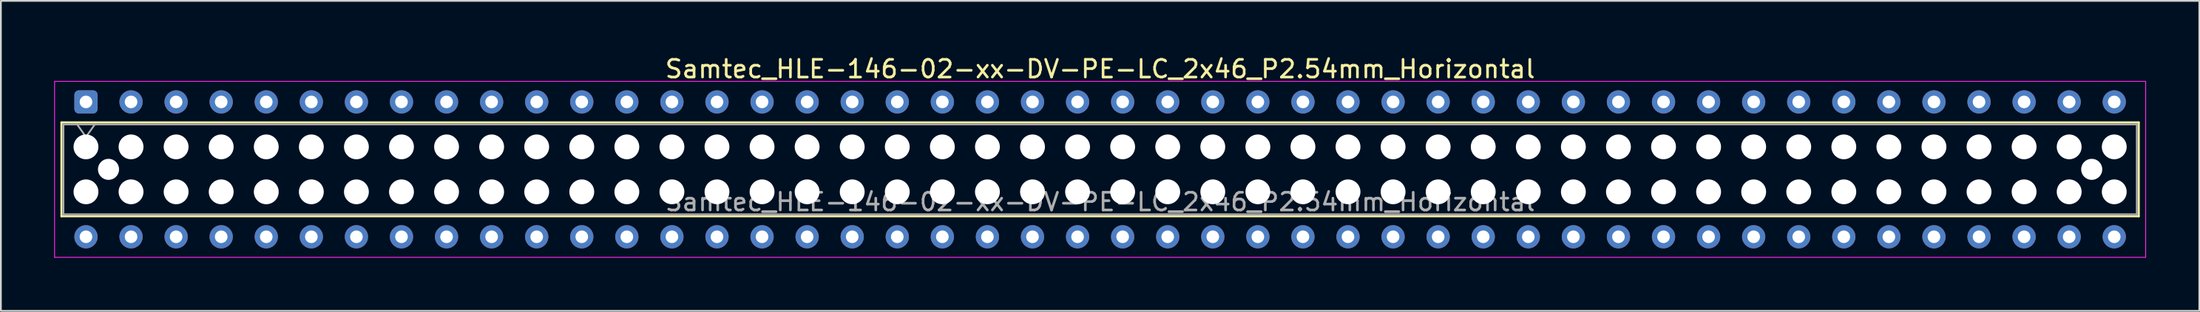
<source format=kicad_pcb>
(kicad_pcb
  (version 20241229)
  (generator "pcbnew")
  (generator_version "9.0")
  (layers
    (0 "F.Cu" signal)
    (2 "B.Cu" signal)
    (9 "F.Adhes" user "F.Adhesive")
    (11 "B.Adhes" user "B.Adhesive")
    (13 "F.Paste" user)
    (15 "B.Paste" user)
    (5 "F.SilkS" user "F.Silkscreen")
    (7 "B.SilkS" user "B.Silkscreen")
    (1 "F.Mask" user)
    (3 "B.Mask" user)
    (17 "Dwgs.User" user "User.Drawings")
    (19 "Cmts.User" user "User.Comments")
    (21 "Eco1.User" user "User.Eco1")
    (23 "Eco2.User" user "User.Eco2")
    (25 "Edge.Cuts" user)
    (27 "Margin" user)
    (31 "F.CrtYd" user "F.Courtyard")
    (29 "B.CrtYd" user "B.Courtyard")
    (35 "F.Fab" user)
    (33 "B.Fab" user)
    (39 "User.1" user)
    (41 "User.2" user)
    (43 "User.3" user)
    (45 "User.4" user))
  (footprint "Samtec_HLE-146-02-xx-DV-PE-LC_2x46_P2.54mm_Horizontal"
    (layer "F.Cu")
    (at 1.795 2.708)
    (property "Reference" "Samtec_HLE-146-02-xx-DV-PE-LC_2x46_P2.54mm_Horizontal" (at 57.15 -1.86 0) (layer "F.SilkS") (effects (font (size 1 1) (thickness 0.15))))
    (attr through_hole)
    (fp_line (start -1.38 1.16) (end 115.68 1.16) (stroke (width 0.12) (type solid)) (layer "F.SilkS"))
    (fp_line (start -1.38 6.46) (end -1.38 1.16) (stroke (width 0.12) (type solid)) (layer "F.SilkS"))
    (fp_line (start 115.68 1.16) (end 115.68 6.46) (stroke (width 0.12) (type solid)) (layer "F.SilkS"))
    (fp_line (start 115.68 6.46) (end -1.38 6.46) (stroke (width 0.12) (type solid)) (layer "F.SilkS"))
    (fp_line (start -1.77 -1.16) (end 116.07 -1.16) (stroke (width 0.05) (type solid)) (layer "F.CrtYd"))
    (fp_line (start -1.77 8.78) (end -1.77 -1.16) (stroke (width 0.05) (type solid)) (layer "F.CrtYd"))
    (fp_line (start 116.07 -1.16) (end 116.07 8.78) (stroke (width 0.05) (type solid)) (layer "F.CrtYd"))
    (fp_line (start 116.07 8.78) (end -1.77 8.78) (stroke (width 0.05) (type solid)) (layer "F.CrtYd"))
    (fp_line (start -1.27 1.27) (end 115.57 1.27) (stroke (width 0.1) (type solid)) (layer "F.Fab"))
    (fp_line (start -1.27 6.35) (end -1.27 1.27) (stroke (width 0.1) (type solid)) (layer "F.Fab"))
    (fp_line (start -0.5 1.27) (end 0 1.977) (stroke (width 0.1) (type solid)) (layer "F.Fab"))
    (fp_line (start 0 1.977) (end 0.5 1.27) (stroke (width 0.1) (type solid)) (layer "F.Fab"))
    (fp_line (start 115.57 1.27) (end 115.57 6.35) (stroke (width 0.1) (type solid)) (layer "F.Fab"))
    (fp_line (start 115.57 6.35) (end -1.27 6.35) (stroke (width 0.1) (type solid)) (layer "F.Fab"))
    (fp_text user "${REFERENCE}" (at 57.15 5.65 0) (layer "F.Fab") (effects (font (size 1 1) (thickness 0.15))))
    (pad "" np_thru_hole circle (at 0 2.54) (size 1.4 1.4) (drill 1.4) (layers "*.Cu" "*.Mask"))
    (pad "" np_thru_hole circle (at 0 5.08) (size 1.4 1.4) (drill 1.4) (layers "*.Cu" "*.Mask"))
    (pad "" np_thru_hole circle (at 1.27 3.81) (size 1.19 1.19) (drill 1.19) (layers "*.Cu" "*.Mask"))
    (pad "" np_thru_hole circle (at 2.54 2.54) (size 1.4 1.4) (drill 1.4) (layers "*.Cu" "*.Mask"))
    (pad "" np_thru_hole circle (at 2.54 5.08) (size 1.4 1.4) (drill 1.4) (layers "*.Cu" "*.Mask"))
    (pad "" np_thru_hole circle (at 5.08 2.54) (size 1.4 1.4) (drill 1.4) (layers "*.Cu" "*.Mask"))
    (pad "" np_thru_hole circle (at 5.08 5.08) (size 1.4 1.4) (drill 1.4) (layers "*.Cu" "*.Mask"))
    (pad "" np_thru_hole circle (at 7.62 2.54) (size 1.4 1.4) (drill 1.4) (layers "*.Cu" "*.Mask"))
    (pad "" np_thru_hole circle (at 7.62 5.08) (size 1.4 1.4) (drill 1.4) (layers "*.Cu" "*.Mask"))
    (pad "" np_thru_hole circle (at 10.16 2.54) (size 1.4 1.4) (drill 1.4) (layers "*.Cu" "*.Mask"))
    (pad "" np_thru_hole circle (at 10.16 5.08) (size 1.4 1.4) (drill 1.4) (layers "*.Cu" "*.Mask"))
    (pad "" np_thru_hole circle (at 12.7 2.54) (size 1.4 1.4) (drill 1.4) (layers "*.Cu" "*.Mask"))
    (pad "" np_thru_hole circle (at 12.7 5.08) (size 1.4 1.4) (drill 1.4) (layers "*.Cu" "*.Mask"))
    (pad "" np_thru_hole circle (at 15.24 2.54) (size 1.4 1.4) (drill 1.4) (layers "*.Cu" "*.Mask"))
    (pad "" np_thru_hole circle (at 15.24 5.08) (size 1.4 1.4) (drill 1.4) (layers "*.Cu" "*.Mask"))
    (pad "" np_thru_hole circle (at 17.78 2.54) (size 1.4 1.4) (drill 1.4) (layers "*.Cu" "*.Mask"))
    (pad "" np_thru_hole circle (at 17.78 5.08) (size 1.4 1.4) (drill 1.4) (layers "*.Cu" "*.Mask"))
    (pad "" np_thru_hole circle (at 20.32 2.54) (size 1.4 1.4) (drill 1.4) (layers "*.Cu" "*.Mask"))
    (pad "" np_thru_hole circle (at 20.32 5.08) (size 1.4 1.4) (drill 1.4) (layers "*.Cu" "*.Mask"))
    (pad "" np_thru_hole circle (at 22.86 2.54) (size 1.4 1.4) (drill 1.4) (layers "*.Cu" "*.Mask"))
    (pad "" np_thru_hole circle (at 22.86 5.08) (size 1.4 1.4) (drill 1.4) (layers "*.Cu" "*.Mask"))
    (pad "" np_thru_hole circle (at 25.4 2.54) (size 1.4 1.4) (drill 1.4) (layers "*.Cu" "*.Mask"))
    (pad "" np_thru_hole circle (at 25.4 5.08) (size 1.4 1.4) (drill 1.4) (layers "*.Cu" "*.Mask"))
    (pad "" np_thru_hole circle (at 27.94 2.54) (size 1.4 1.4) (drill 1.4) (layers "*.Cu" "*.Mask"))
    (pad "" np_thru_hole circle (at 27.94 5.08) (size 1.4 1.4) (drill 1.4) (layers "*.Cu" "*.Mask"))
    (pad "" np_thru_hole circle (at 30.48 2.54) (size 1.4 1.4) (drill 1.4) (layers "*.Cu" "*.Mask"))
    (pad "" np_thru_hole circle (at 30.48 5.08) (size 1.4 1.4) (drill 1.4) (layers "*.Cu" "*.Mask"))
    (pad "" np_thru_hole circle (at 33.02 2.54) (size 1.4 1.4) (drill 1.4) (layers "*.Cu" "*.Mask"))
    (pad "" np_thru_hole circle (at 33.02 5.08) (size 1.4 1.4) (drill 1.4) (layers "*.Cu" "*.Mask"))
    (pad "" np_thru_hole circle (at 35.56 2.54) (size 1.4 1.4) (drill 1.4) (layers "*.Cu" "*.Mask"))
    (pad "" np_thru_hole circle (at 35.56 5.08) (size 1.4 1.4) (drill 1.4) (layers "*.Cu" "*.Mask"))
    (pad "" np_thru_hole circle (at 38.1 2.54) (size 1.4 1.4) (drill 1.4) (layers "*.Cu" "*.Mask"))
    (pad "" np_thru_hole circle (at 38.1 5.08) (size 1.4 1.4) (drill 1.4) (layers "*.Cu" "*.Mask"))
    (pad "" np_thru_hole circle (at 40.64 2.54) (size 1.4 1.4) (drill 1.4) (layers "*.Cu" "*.Mask"))
    (pad "" np_thru_hole circle (at 40.64 5.08) (size 1.4 1.4) (drill 1.4) (layers "*.Cu" "*.Mask"))
    (pad "" np_thru_hole circle (at 43.18 2.54) (size 1.4 1.4) (drill 1.4) (layers "*.Cu" "*.Mask"))
    (pad "" np_thru_hole circle (at 43.18 5.08) (size 1.4 1.4) (drill 1.4) (layers "*.Cu" "*.Mask"))
    (pad "" np_thru_hole circle (at 45.72 2.54) (size 1.4 1.4) (drill 1.4) (layers "*.Cu" "*.Mask"))
    (pad "" np_thru_hole circle (at 45.72 5.08) (size 1.4 1.4) (drill 1.4) (layers "*.Cu" "*.Mask"))
    (pad "" np_thru_hole circle (at 48.26 2.54) (size 1.4 1.4) (drill 1.4) (layers "*.Cu" "*.Mask"))
    (pad "" np_thru_hole circle (at 48.26 5.08) (size 1.4 1.4) (drill 1.4) (layers "*.Cu" "*.Mask"))
    (pad "" np_thru_hole circle (at 50.8 2.54) (size 1.4 1.4) (drill 1.4) (layers "*.Cu" "*.Mask"))
    (pad "" np_thru_hole circle (at 50.8 5.08) (size 1.4 1.4) (drill 1.4) (layers "*.Cu" "*.Mask"))
    (pad "" np_thru_hole circle (at 53.34 2.54) (size 1.4 1.4) (drill 1.4) (layers "*.Cu" "*.Mask"))
    (pad "" np_thru_hole circle (at 53.34 5.08) (size 1.4 1.4) (drill 1.4) (layers "*.Cu" "*.Mask"))
    (pad "" np_thru_hole circle (at 55.88 2.54) (size 1.4 1.4) (drill 1.4) (layers "*.Cu" "*.Mask"))
    (pad "" np_thru_hole circle (at 55.88 5.08) (size 1.4 1.4) (drill 1.4) (layers "*.Cu" "*.Mask"))
    (pad "" np_thru_hole circle (at 58.42 2.54) (size 1.4 1.4) (drill 1.4) (layers "*.Cu" "*.Mask"))
    (pad "" np_thru_hole circle (at 58.42 5.08) (size 1.4 1.4) (drill 1.4) (layers "*.Cu" "*.Mask"))
    (pad "" np_thru_hole circle (at 60.96 2.54) (size 1.4 1.4) (drill 1.4) (layers "*.Cu" "*.Mask"))
    (pad "" np_thru_hole circle (at 60.96 5.08) (size 1.4 1.4) (drill 1.4) (layers "*.Cu" "*.Mask"))
    (pad "" np_thru_hole circle (at 63.5 2.54) (size 1.4 1.4) (drill 1.4) (layers "*.Cu" "*.Mask"))
    (pad "" np_thru_hole circle (at 63.5 5.08) (size 1.4 1.4) (drill 1.4) (layers "*.Cu" "*.Mask"))
    (pad "" np_thru_hole circle (at 66.04 2.54) (size 1.4 1.4) (drill 1.4) (layers "*.Cu" "*.Mask"))
    (pad "" np_thru_hole circle (at 66.04 5.08) (size 1.4 1.4) (drill 1.4) (layers "*.Cu" "*.Mask"))
    (pad "" np_thru_hole circle (at 68.58 2.54) (size 1.4 1.4) (drill 1.4) (layers "*.Cu" "*.Mask"))
    (pad "" np_thru_hole circle (at 68.58 5.08) (size 1.4 1.4) (drill 1.4) (layers "*.Cu" "*.Mask"))
    (pad "" np_thru_hole circle (at 71.12 2.54) (size 1.4 1.4) (drill 1.4) (layers "*.Cu" "*.Mask"))
    (pad "" np_thru_hole circle (at 71.12 5.08) (size 1.4 1.4) (drill 1.4) (layers "*.Cu" "*.Mask"))
    (pad "" np_thru_hole circle (at 73.66 2.54) (size 1.4 1.4) (drill 1.4) (layers "*.Cu" "*.Mask"))
    (pad "" np_thru_hole circle (at 73.66 5.08) (size 1.4 1.4) (drill 1.4) (layers "*.Cu" "*.Mask"))
    (pad "" np_thru_hole circle (at 76.2 2.54) (size 1.4 1.4) (drill 1.4) (layers "*.Cu" "*.Mask"))
    (pad "" np_thru_hole circle (at 76.2 5.08) (size 1.4 1.4) (drill 1.4) (layers "*.Cu" "*.Mask"))
    (pad "" np_thru_hole circle (at 78.74 2.54) (size 1.4 1.4) (drill 1.4) (layers "*.Cu" "*.Mask"))
    (pad "" np_thru_hole circle (at 78.74 5.08) (size 1.4 1.4) (drill 1.4) (layers "*.Cu" "*.Mask"))
    (pad "" np_thru_hole circle (at 81.28 2.54) (size 1.4 1.4) (drill 1.4) (layers "*.Cu" "*.Mask"))
    (pad "" np_thru_hole circle (at 81.28 5.08) (size 1.4 1.4) (drill 1.4) (layers "*.Cu" "*.Mask"))
    (pad "" np_thru_hole circle (at 83.82 2.54) (size 1.4 1.4) (drill 1.4) (layers "*.Cu" "*.Mask"))
    (pad "" np_thru_hole circle (at 83.82 5.08) (size 1.4 1.4) (drill 1.4) (layers "*.Cu" "*.Mask"))
    (pad "" np_thru_hole circle (at 86.36 2.54) (size 1.4 1.4) (drill 1.4) (layers "*.Cu" "*.Mask"))
    (pad "" np_thru_hole circle (at 86.36 5.08) (size 1.4 1.4) (drill 1.4) (layers "*.Cu" "*.Mask"))
    (pad "" np_thru_hole circle (at 88.9 2.54) (size 1.4 1.4) (drill 1.4) (layers "*.Cu" "*.Mask"))
    (pad "" np_thru_hole circle (at 88.9 5.08) (size 1.4 1.4) (drill 1.4) (layers "*.Cu" "*.Mask"))
    (pad "" np_thru_hole circle (at 91.44 2.54) (size 1.4 1.4) (drill 1.4) (layers "*.Cu" "*.Mask"))
    (pad "" np_thru_hole circle (at 91.44 5.08) (size 1.4 1.4) (drill 1.4) (layers "*.Cu" "*.Mask"))
    (pad "" np_thru_hole circle (at 93.98 2.54) (size 1.4 1.4) (drill 1.4) (layers "*.Cu" "*.Mask"))
    (pad "" np_thru_hole circle (at 93.98 5.08) (size 1.4 1.4) (drill 1.4) (layers "*.Cu" "*.Mask"))
    (pad "" np_thru_hole circle (at 96.52 2.54) (size 1.4 1.4) (drill 1.4) (layers "*.Cu" "*.Mask"))
    (pad "" np_thru_hole circle (at 96.52 5.08) (size 1.4 1.4) (drill 1.4) (layers "*.Cu" "*.Mask"))
    (pad "" np_thru_hole circle (at 99.06 2.54) (size 1.4 1.4) (drill 1.4) (layers "*.Cu" "*.Mask"))
    (pad "" np_thru_hole circle (at 99.06 5.08) (size 1.4 1.4) (drill 1.4) (layers "*.Cu" "*.Mask"))
    (pad "" np_thru_hole circle (at 101.6 2.54) (size 1.4 1.4) (drill 1.4) (layers "*.Cu" "*.Mask"))
    (pad "" np_thru_hole circle (at 101.6 5.08) (size 1.4 1.4) (drill 1.4) (layers "*.Cu" "*.Mask"))
    (pad "" np_thru_hole circle (at 104.14 2.54) (size 1.4 1.4) (drill 1.4) (layers "*.Cu" "*.Mask"))
    (pad "" np_thru_hole circle (at 104.14 5.08) (size 1.4 1.4) (drill 1.4) (layers "*.Cu" "*.Mask"))
    (pad "" np_thru_hole circle (at 106.68 2.54) (size 1.4 1.4) (drill 1.4) (layers "*.Cu" "*.Mask"))
    (pad "" np_thru_hole circle (at 106.68 5.08) (size 1.4 1.4) (drill 1.4) (layers "*.Cu" "*.Mask"))
    (pad "" np_thru_hole circle (at 109.22 2.54) (size 1.4 1.4) (drill 1.4) (layers "*.Cu" "*.Mask"))
    (pad "" np_thru_hole circle (at 109.22 5.08) (size 1.4 1.4) (drill 1.4) (layers "*.Cu" "*.Mask"))
    (pad "" np_thru_hole circle (at 111.76 2.54) (size 1.4 1.4) (drill 1.4) (layers "*.Cu" "*.Mask"))
    (pad "" np_thru_hole circle (at 111.76 5.08) (size 1.4 1.4) (drill 1.4) (layers "*.Cu" "*.Mask"))
    (pad "" np_thru_hole circle (at 113.03 3.81) (size 1.19 1.19) (drill 1.19) (layers "*.Cu" "*.Mask"))
    (pad "" np_thru_hole circle (at 114.3 2.54) (size 1.4 1.4) (drill 1.4) (layers "*.Cu" "*.Mask"))
    (pad "" np_thru_hole circle (at 114.3 5.08) (size 1.4 1.4) (drill 1.4) (layers "*.Cu" "*.Mask"))
    (pad "1" thru_hole roundrect (at 0 0) (size 1.31 1.31) (drill 0.71) (layers "*.Cu" "*.Mask") (roundrect_rratio 0.191))
    (pad "2" thru_hole circle (at 0 7.62) (size 1.31 1.31) (drill 0.71) (layers "*.Cu" "*.Mask"))
    (pad "3" thru_hole circle (at 2.54 0) (size 1.31 1.31) (drill 0.71) (layers "*.Cu" "*.Mask"))
    (pad "4" thru_hole circle (at 2.54 7.62) (size 1.31 1.31) (drill 0.71) (layers "*.Cu" "*.Mask"))
    (pad "5" thru_hole circle (at 5.08 0) (size 1.31 1.31) (drill 0.71) (layers "*.Cu" "*.Mask"))
    (pad "6" thru_hole circle (at 5.08 7.62) (size 1.31 1.31) (drill 0.71) (layers "*.Cu" "*.Mask"))
    (pad "7" thru_hole circle (at 7.62 0) (size 1.31 1.31) (drill 0.71) (layers "*.Cu" "*.Mask"))
    (pad "8" thru_hole circle (at 7.62 7.62) (size 1.31 1.31) (drill 0.71) (layers "*.Cu" "*.Mask"))
    (pad "9" thru_hole circle (at 10.16 0) (size 1.31 1.31) (drill 0.71) (layers "*.Cu" "*.Mask"))
    (pad "10" thru_hole circle (at 10.16 7.62) (size 1.31 1.31) (drill 0.71) (layers "*.Cu" "*.Mask"))
    (pad "11" thru_hole circle (at 12.7 0) (size 1.31 1.31) (drill 0.71) (layers "*.Cu" "*.Mask"))
    (pad "12" thru_hole circle (at 12.7 7.62) (size 1.31 1.31) (drill 0.71) (layers "*.Cu" "*.Mask"))
    (pad "13" thru_hole circle (at 15.24 0) (size 1.31 1.31) (drill 0.71) (layers "*.Cu" "*.Mask"))
    (pad "14" thru_hole circle (at 15.24 7.62) (size 1.31 1.31) (drill 0.71) (layers "*.Cu" "*.Mask"))
    (pad "15" thru_hole circle (at 17.78 0) (size 1.31 1.31) (drill 0.71) (layers "*.Cu" "*.Mask"))
    (pad "16" thru_hole circle (at 17.78 7.62) (size 1.31 1.31) (drill 0.71) (layers "*.Cu" "*.Mask"))
    (pad "17" thru_hole circle (at 20.32 0) (size 1.31 1.31) (drill 0.71) (layers "*.Cu" "*.Mask"))
    (pad "18" thru_hole circle (at 20.32 7.62) (size 1.31 1.31) (drill 0.71) (layers "*.Cu" "*.Mask"))
    (pad "19" thru_hole circle (at 22.86 0) (size 1.31 1.31) (drill 0.71) (layers "*.Cu" "*.Mask"))
    (pad "20" thru_hole circle (at 22.86 7.62) (size 1.31 1.31) (drill 0.71) (layers "*.Cu" "*.Mask"))
    (pad "21" thru_hole circle (at 25.4 0) (size 1.31 1.31) (drill 0.71) (layers "*.Cu" "*.Mask"))
    (pad "22" thru_hole circle (at 25.4 7.62) (size 1.31 1.31) (drill 0.71) (layers "*.Cu" "*.Mask"))
    (pad "23" thru_hole circle (at 27.94 0) (size 1.31 1.31) (drill 0.71) (layers "*.Cu" "*.Mask"))
    (pad "24" thru_hole circle (at 27.94 7.62) (size 1.31 1.31) (drill 0.71) (layers "*.Cu" "*.Mask"))
    (pad "25" thru_hole circle (at 30.48 0) (size 1.31 1.31) (drill 0.71) (layers "*.Cu" "*.Mask"))
    (pad "26" thru_hole circle (at 30.48 7.62) (size 1.31 1.31) (drill 0.71) (layers "*.Cu" "*.Mask"))
    (pad "27" thru_hole circle (at 33.02 0) (size 1.31 1.31) (drill 0.71) (layers "*.Cu" "*.Mask"))
    (pad "28" thru_hole circle (at 33.02 7.62) (size 1.31 1.31) (drill 0.71) (layers "*.Cu" "*.Mask"))
    (pad "29" thru_hole circle (at 35.56 0) (size 1.31 1.31) (drill 0.71) (layers "*.Cu" "*.Mask"))
    (pad "30" thru_hole circle (at 35.56 7.62) (size 1.31 1.31) (drill 0.71) (layers "*.Cu" "*.Mask"))
    (pad "31" thru_hole circle (at 38.1 0) (size 1.31 1.31) (drill 0.71) (layers "*.Cu" "*.Mask"))
    (pad "32" thru_hole circle (at 38.1 7.62) (size 1.31 1.31) (drill 0.71) (layers "*.Cu" "*.Mask"))
    (pad "33" thru_hole circle (at 40.64 0) (size 1.31 1.31) (drill 0.71) (layers "*.Cu" "*.Mask"))
    (pad "34" thru_hole circle (at 40.64 7.62) (size 1.31 1.31) (drill 0.71) (layers "*.Cu" "*.Mask"))
    (pad "35" thru_hole circle (at 43.18 0) (size 1.31 1.31) (drill 0.71) (layers "*.Cu" "*.Mask"))
    (pad "36" thru_hole circle (at 43.18 7.62) (size 1.31 1.31) (drill 0.71) (layers "*.Cu" "*.Mask"))
    (pad "37" thru_hole circle (at 45.72 0) (size 1.31 1.31) (drill 0.71) (layers "*.Cu" "*.Mask"))
    (pad "38" thru_hole circle (at 45.72 7.62) (size 1.31 1.31) (drill 0.71) (layers "*.Cu" "*.Mask"))
    (pad "39" thru_hole circle (at 48.26 0) (size 1.31 1.31) (drill 0.71) (layers "*.Cu" "*.Mask"))
    (pad "40" thru_hole circle (at 48.26 7.62) (size 1.31 1.31) (drill 0.71) (layers "*.Cu" "*.Mask"))
    (pad "41" thru_hole circle (at 50.8 0) (size 1.31 1.31) (drill 0.71) (layers "*.Cu" "*.Mask"))
    (pad "42" thru_hole circle (at 50.8 7.62) (size 1.31 1.31) (drill 0.71) (layers "*.Cu" "*.Mask"))
    (pad "43" thru_hole circle (at 53.34 0) (size 1.31 1.31) (drill 0.71) (layers "*.Cu" "*.Mask"))
    (pad "44" thru_hole circle (at 53.34 7.62) (size 1.31 1.31) (drill 0.71) (layers "*.Cu" "*.Mask"))
    (pad "45" thru_hole circle (at 55.88 0) (size 1.31 1.31) (drill 0.71) (layers "*.Cu" "*.Mask"))
    (pad "46" thru_hole circle (at 55.88 7.62) (size 1.31 1.31) (drill 0.71) (layers "*.Cu" "*.Mask"))
    (pad "47" thru_hole circle (at 58.42 0) (size 1.31 1.31) (drill 0.71) (layers "*.Cu" "*.Mask"))
    (pad "48" thru_hole circle (at 58.42 7.62) (size 1.31 1.31) (drill 0.71) (layers "*.Cu" "*.Mask"))
    (pad "49" thru_hole circle (at 60.96 0) (size 1.31 1.31) (drill 0.71) (layers "*.Cu" "*.Mask"))
    (pad "50" thru_hole circle (at 60.96 7.62) (size 1.31 1.31) (drill 0.71) (layers "*.Cu" "*.Mask"))
    (pad "51" thru_hole circle (at 63.5 0) (size 1.31 1.31) (drill 0.71) (layers "*.Cu" "*.Mask"))
    (pad "52" thru_hole circle (at 63.5 7.62) (size 1.31 1.31) (drill 0.71) (layers "*.Cu" "*.Mask"))
    (pad "53" thru_hole circle (at 66.04 0) (size 1.31 1.31) (drill 0.71) (layers "*.Cu" "*.Mask"))
    (pad "54" thru_hole circle (at 66.04 7.62) (size 1.31 1.31) (drill 0.71) (layers "*.Cu" "*.Mask"))
    (pad "55" thru_hole circle (at 68.58 0) (size 1.31 1.31) (drill 0.71) (layers "*.Cu" "*.Mask"))
    (pad "56" thru_hole circle (at 68.58 7.62) (size 1.31 1.31) (drill 0.71) (layers "*.Cu" "*.Mask"))
    (pad "57" thru_hole circle (at 71.12 0) (size 1.31 1.31) (drill 0.71) (layers "*.Cu" "*.Mask"))
    (pad "58" thru_hole circle (at 71.12 7.62) (size 1.31 1.31) (drill 0.71) (layers "*.Cu" "*.Mask"))
    (pad "59" thru_hole circle (at 73.66 0) (size 1.31 1.31) (drill 0.71) (layers "*.Cu" "*.Mask"))
    (pad "60" thru_hole circle (at 73.66 7.62) (size 1.31 1.31) (drill 0.71) (layers "*.Cu" "*.Mask"))
    (pad "61" thru_hole circle (at 76.2 0) (size 1.31 1.31) (drill 0.71) (layers "*.Cu" "*.Mask"))
    (pad "62" thru_hole circle (at 76.2 7.62) (size 1.31 1.31) (drill 0.71) (layers "*.Cu" "*.Mask"))
    (pad "63" thru_hole circle (at 78.74 0) (size 1.31 1.31) (drill 0.71) (layers "*.Cu" "*.Mask"))
    (pad "64" thru_hole circle (at 78.74 7.62) (size 1.31 1.31) (drill 0.71) (layers "*.Cu" "*.Mask"))
    (pad "65" thru_hole circle (at 81.28 0) (size 1.31 1.31) (drill 0.71) (layers "*.Cu" "*.Mask"))
    (pad "66" thru_hole circle (at 81.28 7.62) (size 1.31 1.31) (drill 0.71) (layers "*.Cu" "*.Mask"))
    (pad "67" thru_hole circle (at 83.82 0) (size 1.31 1.31) (drill 0.71) (layers "*.Cu" "*.Mask"))
    (pad "68" thru_hole circle (at 83.82 7.62) (size 1.31 1.31) (drill 0.71) (layers "*.Cu" "*.Mask"))
    (pad "69" thru_hole circle (at 86.36 0) (size 1.31 1.31) (drill 0.71) (layers "*.Cu" "*.Mask"))
    (pad "70" thru_hole circle (at 86.36 7.62) (size 1.31 1.31) (drill 0.71) (layers "*.Cu" "*.Mask"))
    (pad "71" thru_hole circle (at 88.9 0) (size 1.31 1.31) (drill 0.71) (layers "*.Cu" "*.Mask"))
    (pad "72" thru_hole circle (at 88.9 7.62) (size 1.31 1.31) (drill 0.71) (layers "*.Cu" "*.Mask"))
    (pad "73" thru_hole circle (at 91.44 0) (size 1.31 1.31) (drill 0.71) (layers "*.Cu" "*.Mask"))
    (pad "74" thru_hole circle (at 91.44 7.62) (size 1.31 1.31) (drill 0.71) (layers "*.Cu" "*.Mask"))
    (pad "75" thru_hole circle (at 93.98 0) (size 1.31 1.31) (drill 0.71) (layers "*.Cu" "*.Mask"))
    (pad "76" thru_hole circle (at 93.98 7.62) (size 1.31 1.31) (drill 0.71) (layers "*.Cu" "*.Mask"))
    (pad "77" thru_hole circle (at 96.52 0) (size 1.31 1.31) (drill 0.71) (layers "*.Cu" "*.Mask"))
    (pad "78" thru_hole circle (at 96.52 7.62) (size 1.31 1.31) (drill 0.71) (layers "*.Cu" "*.Mask"))
    (pad "79" thru_hole circle (at 99.06 0) (size 1.31 1.31) (drill 0.71) (layers "*.Cu" "*.Mask"))
    (pad "80" thru_hole circle (at 99.06 7.62) (size 1.31 1.31) (drill 0.71) (layers "*.Cu" "*.Mask"))
    (pad "81" thru_hole circle (at 101.6 0) (size 1.31 1.31) (drill 0.71) (layers "*.Cu" "*.Mask"))
    (pad "82" thru_hole circle (at 101.6 7.62) (size 1.31 1.31) (drill 0.71) (layers "*.Cu" "*.Mask"))
    (pad "83" thru_hole circle (at 104.14 0) (size 1.31 1.31) (drill 0.71) (layers "*.Cu" "*.Mask"))
    (pad "84" thru_hole circle (at 104.14 7.62) (size 1.31 1.31) (drill 0.71) (layers "*.Cu" "*.Mask"))
    (pad "85" thru_hole circle (at 106.68 0) (size 1.31 1.31) (drill 0.71) (layers "*.Cu" "*.Mask"))
    (pad "86" thru_hole circle (at 106.68 7.62) (size 1.31 1.31) (drill 0.71) (layers "*.Cu" "*.Mask"))
    (pad "87" thru_hole circle (at 109.22 0) (size 1.31 1.31) (drill 0.71) (layers "*.Cu" "*.Mask"))
    (pad "88" thru_hole circle (at 109.22 7.62) (size 1.31 1.31) (drill 0.71) (layers "*.Cu" "*.Mask"))
    (pad "89" thru_hole circle (at 111.76 0) (size 1.31 1.31) (drill 0.71) (layers "*.Cu" "*.Mask"))
    (pad "90" thru_hole circle (at 111.76 7.62) (size 1.31 1.31) (drill 0.71) (layers "*.Cu" "*.Mask"))
    (pad "91" thru_hole circle (at 114.3 0) (size 1.31 1.31) (drill 0.71) (layers "*.Cu" "*.Mask"))
    (pad "92" thru_hole circle (at 114.3 7.62) (size 1.31 1.31) (drill 0.71) (layers "*.Cu" "*.Mask")))
  (gr_rect
    (start -3 -3)
    (end 120.89 14.513)
    (stroke (width 0.1) (type default))
    (fill no)
    (layer "Edge.Cuts")))
</source>
